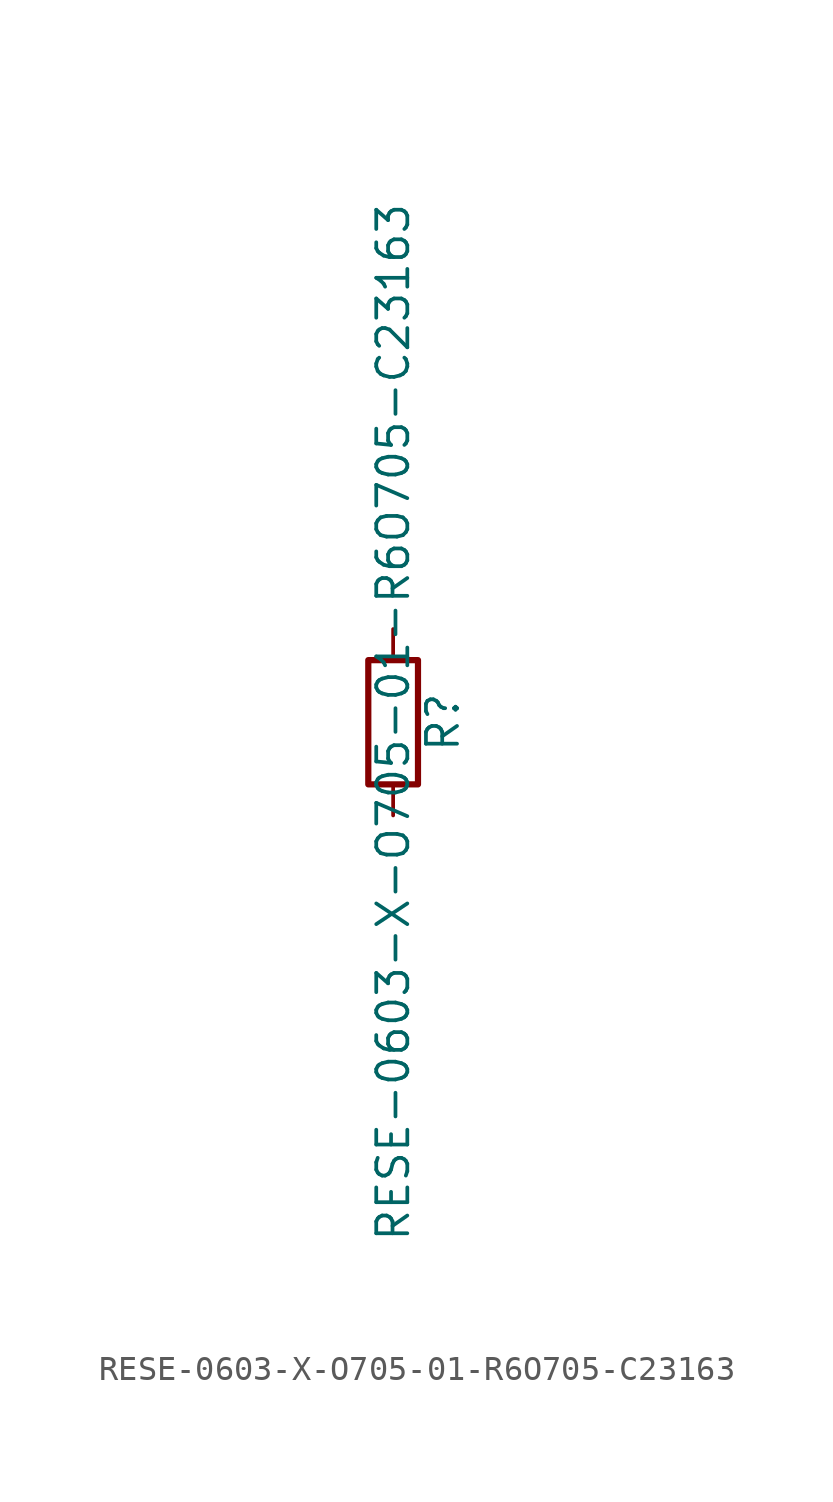
<source format=kicad_sym>
(kicad_symbol_lib
  (version 20211014)
  (generator kicad_symbol_editor)
  (symbol "RESE-0603-X-O705-01-R6O705-C23163"
    (pin_numbers hide)
    (pin_names
      (offset 0))
    (property "Reference" "R"
      (at 2.032 0 90)
      (effects (font (size 1.27 1.27))))
    (property "Value" "RESE-0603-X-O705-01-R6O705-C23163"
      (at 0 0 90)
      (effects (font (size 1.27 1.27))))
    (symbol "RESE-0603-X-O705-01-R6O705-C23163_0_1"
      (rectangle (start -1.016 -2.54) (end 1.016 2.54) (stroke (width 0.254) (type default) (color 0 0 0 0)) (fill (type none))))
    (symbol "RESE-0603-X-O705-01-R6O705-C23163_1_1"
      (pin passive line (at 0 3.81 270) (length 1.27) (name "~" (effects (font (size 1.27 1.27)))) (number "1" (effects (font (size 1.27 1.27)))))
      (pin passive line (at 0 -3.81 90) (length 1.27) (name "~" (effects (font (size 1.27 1.27)))) (number "2" (effects (font (size 1.27 1.27))))))))
</source>
